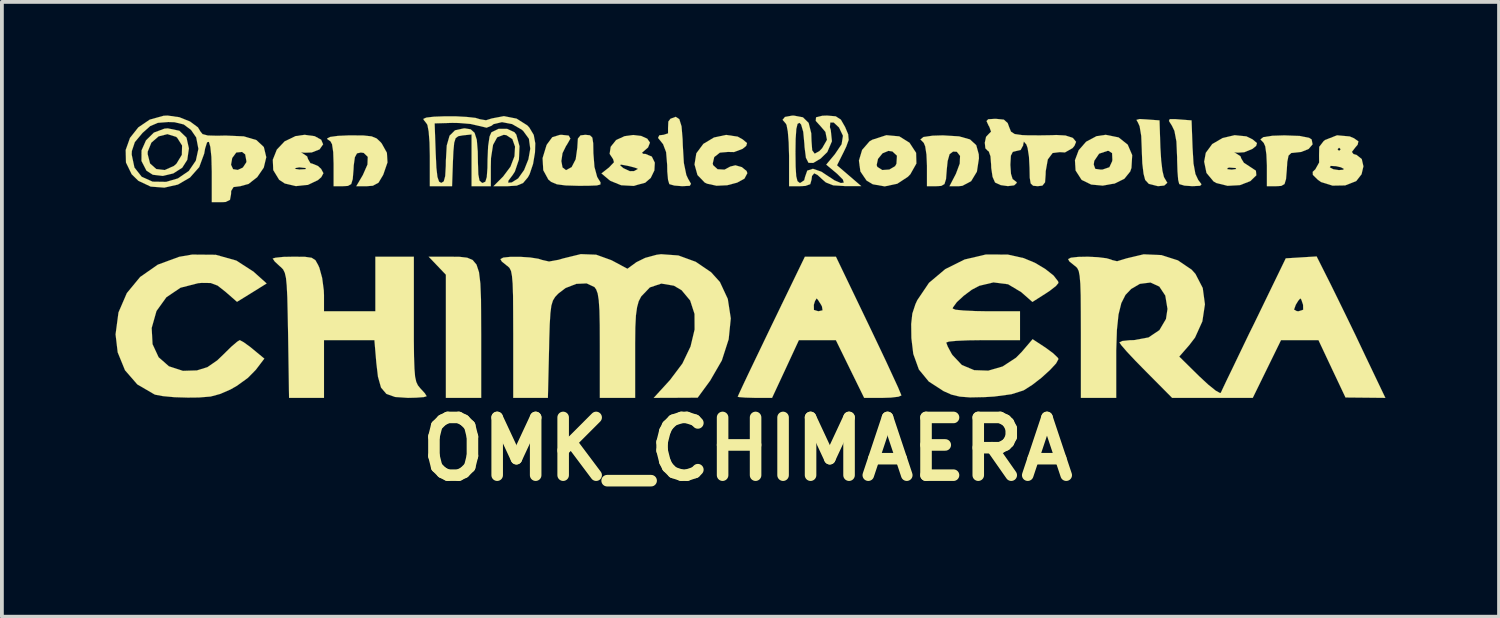
<source format=kicad_pcb>
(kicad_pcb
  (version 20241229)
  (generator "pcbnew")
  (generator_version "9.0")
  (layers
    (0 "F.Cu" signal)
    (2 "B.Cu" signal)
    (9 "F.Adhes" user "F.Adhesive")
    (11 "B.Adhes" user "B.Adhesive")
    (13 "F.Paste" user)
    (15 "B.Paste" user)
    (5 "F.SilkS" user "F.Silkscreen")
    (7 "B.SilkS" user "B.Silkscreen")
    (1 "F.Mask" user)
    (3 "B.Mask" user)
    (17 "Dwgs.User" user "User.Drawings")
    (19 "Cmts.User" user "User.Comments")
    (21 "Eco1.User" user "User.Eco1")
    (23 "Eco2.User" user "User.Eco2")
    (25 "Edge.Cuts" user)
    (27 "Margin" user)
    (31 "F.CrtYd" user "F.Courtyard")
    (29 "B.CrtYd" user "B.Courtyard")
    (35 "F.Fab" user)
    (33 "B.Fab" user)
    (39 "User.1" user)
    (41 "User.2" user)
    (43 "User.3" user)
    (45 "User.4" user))
  (footprint "OMK_CHIMAERA"
    (layer "F.Cu")
    (at 16.679 3.811)
    (property "Reference" "OMK_CHIMAERA" (at 0 4.994 0) (layer "F.SilkS") (effects (font (size 1.524 1.524) (thickness 0.305))))
    (attr through_hole)
    (fp_poly (pts (xy -7.026 3.642) (xy -7.493 3.642) (xy -7.958 3.642) (xy -7.958 2.017) (xy -7.958 0.391) (xy -8.186 0.152) (xy -8.412 -0.084) (xy -7.851 -0.084) (xy -7.595 -0.081) (xy -7.396 -0.058) (xy -7.252 0.003) (xy -7.15 0.124) (xy -7.084 0.325) (xy -7.048 0.622) (xy -7.031 1.041) (xy -7.028 1.598) (xy -7.026 1.966) (xy -7.026 3.642)) (stroke (width 0.003) (type solid)) (fill yes) (layer "F.SilkS"))
    (fp_poly (pts (xy 11.087 -2.035) (xy 11.006 -1.963) (xy 10.841 -1.946) (xy 10.599 -2.007) (xy 10.503 -2.111) (xy 10.46 -2.273) (xy 10.427 -2.548) (xy 10.414 -2.878) (xy 10.414 -2.898) (xy 10.399 -3.272) (xy 10.356 -3.528) (xy 10.31 -3.63) (xy 10.272 -3.696) (xy 10.356 -3.719) (xy 10.541 -3.708) (xy 10.881 -3.683) (xy 10.904 -2.964) (xy 10.925 -2.626) (xy 10.958 -2.352) (xy 10.998 -2.187) (xy 11.011 -2.164) (xy 11.087 -2.035)) (stroke (width 0.003) (type solid)) (fill yes) (layer "F.SilkS"))
    (fp_poly (pts (xy 11.989 -1.996) (xy 11.953 -1.956) (xy 11.775 -1.948) (xy 11.755 -1.946) (xy 11.539 -1.961) (xy 11.41 -1.999) (xy 11.402 -2.004) (xy 11.374 -2.111) (xy 11.356 -2.339) (xy 11.346 -2.647) (xy 11.346 -2.705) (xy 11.328 -3.124) (xy 11.275 -3.406) (xy 11.209 -3.543) (xy 11.13 -3.668) (xy 11.151 -3.716) (xy 11.3 -3.716) (xy 11.4 -3.708) (xy 11.727 -3.683) (xy 11.753 -2.967) (xy 11.778 -2.545) (xy 11.829 -2.268) (xy 11.905 -2.106) (xy 11.913 -2.098) (xy 11.989 -1.996)) (stroke (width 0.003) (type solid)) (fill yes) (layer "F.SilkS"))
    (fp_poly (pts (xy 14.922 -3.051) (xy 14.818 -2.929) (xy 14.623 -2.85) (xy 14.486 -2.835) (xy 14.359 -2.822) (xy 14.287 -2.753) (xy 14.254 -2.588) (xy 14.242 -2.39) (xy 14.221 -2.134) (xy 14.181 -2.002) (xy 14.094 -1.953) (xy 13.965 -1.946) (xy 13.716 -1.946) (xy 13.716 -2.492) (xy 13.703 -2.781) (xy 13.673 -2.997) (xy 13.632 -3.089) (xy 13.546 -3.18) (xy 13.622 -3.241) (xy 13.863 -3.277) (xy 14.176 -3.287) (xy 14.582 -3.272) (xy 14.829 -3.223) (xy 14.897 -3.18) (xy 14.922 -3.051)) (stroke (width 0.003) (type solid)) (fill yes) (layer "F.SilkS"))
    (fp_poly (pts (xy -1.488 -2.009) (xy -1.519 -1.956) (xy -1.689 -1.948) (xy -1.72 -1.946) (xy -1.928 -1.963) (xy -2.055 -1.999) (xy -2.06 -2.004) (xy -2.093 -2.113) (xy -2.113 -2.334) (xy -2.116 -2.504) (xy -2.144 -2.845) (xy -2.225 -3.058) (xy -2.243 -3.078) (xy -2.357 -3.221) (xy -2.324 -3.289) (xy -2.21 -3.302) (xy -2.093 -3.34) (xy -2.093 -3.48) (xy -2.085 -3.653) (xy -2.029 -3.726) (xy -1.89 -3.777) (xy -1.796 -3.716) (xy -1.737 -3.526) (xy -1.709 -3.188) (xy -1.704 -3.028) (xy -1.676 -2.558) (xy -1.61 -2.24) (xy -1.565 -2.144) (xy -1.488 -2.009)) (stroke (width 0.003) (type solid)) (fill yes) (layer "F.SilkS"))
    (fp_poly (pts (xy 0 -2.289) (xy -0.076 -2.146) (xy -0.269 -2.04) (xy -0.531 -1.971) (xy -0.813 -1.958) (xy -1.062 -2.012) (xy -1.125 -2.042) (xy -1.316 -2.24) (xy -1.394 -2.52) (xy -1.346 -2.814) (xy -1.161 -3.063) (xy -0.881 -3.231) (xy -0.561 -3.299) (xy -0.254 -3.254) (xy -0.122 -3.18) (xy -0.008 -3.084) (xy -0.03 -3.01) (xy -0.127 -2.931) (xy -0.351 -2.847) (xy -0.513 -2.85) (xy -0.724 -2.832) (xy -0.874 -2.715) (xy -0.914 -2.543) (xy -0.902 -2.499) (xy -0.785 -2.393) (xy -0.602 -2.383) (xy -0.45 -2.464) (xy -0.315 -2.497) (xy -0.145 -2.449) (xy -0.02 -2.347) (xy 0 -2.289)) (stroke (width 0.003) (type solid)) (fill yes) (layer "F.SilkS"))
    (fp_poly (pts (xy 4.463 -2.545) (xy 4.303 -2.261) (xy 4.239 -2.195) (xy 3.955 -2.009) (xy 3.95 -2.009) (xy 3.95 -2.751) (xy 3.83 -2.863) (xy 3.724 -2.878) (xy 3.569 -2.814) (xy 3.449 -2.667) (xy 3.414 -2.504) (xy 3.432 -2.454) (xy 3.564 -2.372) (xy 3.749 -2.385) (xy 3.901 -2.474) (xy 3.937 -2.54) (xy 3.95 -2.751) (xy 3.95 -2.009) (xy 3.627 -1.941) (xy 3.312 -1.996) (xy 3.147 -2.095) (xy 2.985 -2.334) (xy 2.946 -2.621) (xy 3.03 -2.903) (xy 3.226 -3.129) (xy 3.299 -3.172) (xy 3.67 -3.292) (xy 4.011 -3.261) (xy 4.28 -3.094) (xy 4.455 -2.827) (xy 4.463 -2.545)) (stroke (width 0.003) (type solid)) (fill yes) (layer "F.SilkS"))
    (fp_poly (pts (xy 6.114 -2.682) (xy 6.06 -2.329) (xy 5.908 -2.078) (xy 5.677 -1.956) (xy 5.588 -1.946) (xy 5.337 -1.946) (xy 5.507 -2.273) (xy 5.608 -2.543) (xy 5.616 -2.746) (xy 5.53 -2.855) (xy 5.431 -2.86) (xy 5.339 -2.791) (xy 5.288 -2.611) (xy 5.265 -2.39) (xy 5.245 -2.134) (xy 5.204 -2.002) (xy 5.118 -1.953) (xy 4.991 -1.946) (xy 4.742 -1.946) (xy 4.742 -2.492) (xy 4.729 -2.781) (xy 4.696 -2.997) (xy 4.658 -3.089) (xy 4.569 -3.18) (xy 4.648 -3.244) (xy 4.892 -3.279) (xy 5.164 -3.287) (xy 5.591 -3.261) (xy 5.878 -3.18) (xy 6.043 -3.028) (xy 6.109 -2.789) (xy 6.114 -2.682)) (stroke (width 0.003) (type solid)) (fill yes) (layer "F.SilkS"))
    (fp_poly (pts (xy -14.742 -2.944) (xy -14.785 -2.642) (xy -14.92 -2.431) (xy -14.922 -2.431) (xy -14.922 -3.02) (xy -15.05 -3.223) (xy -15.08 -3.249) (xy -15.309 -3.32) (xy -15.542 -3.261) (xy -15.733 -3.096) (xy -15.829 -2.86) (xy -15.832 -2.797) (xy -15.768 -2.545) (xy -15.603 -2.398) (xy -15.38 -2.372) (xy -15.141 -2.479) (xy -15.07 -2.54) (xy -14.928 -2.774) (xy -14.922 -3.02) (xy -14.922 -2.431) (xy -15.154 -2.283) (xy -15.431 -2.217) (xy -15.695 -2.248) (xy -15.862 -2.355) (xy -15.994 -2.611) (xy -15.992 -2.891) (xy -15.875 -3.155) (xy -15.667 -3.36) (xy -15.387 -3.465) (xy -15.298 -3.472) (xy -14.994 -3.409) (xy -14.806 -3.228) (xy -14.742 -2.944)) (stroke (width 0.003) (type solid)) (fill yes) (layer "F.SilkS"))
    (fp_poly (pts (xy 10.16 -2.766) (xy 10.14 -2.428) (xy 10.107 -2.332) (xy 9.952 -2.141) (xy 9.693 -2.014) (xy 9.637 -2.007) (xy 9.637 -2.644) (xy 9.629 -2.819) (xy 9.538 -2.878) (xy 9.505 -2.878) (xy 9.286 -2.804) (xy 9.159 -2.616) (xy 9.144 -2.517) (xy 9.185 -2.403) (xy 9.329 -2.383) (xy 9.378 -2.385) (xy 9.558 -2.446) (xy 9.632 -2.606) (xy 9.637 -2.644) (xy 9.637 -2.007) (xy 9.383 -1.961) (xy 9.078 -1.989) (xy 8.834 -2.108) (xy 8.821 -2.118) (xy 8.666 -2.36) (xy 8.649 -2.631) (xy 8.748 -2.896) (xy 8.943 -3.119) (xy 9.218 -3.266) (xy 9.461 -3.302) (xy 9.802 -3.233) (xy 10.041 -3.043) (xy 10.16 -2.766)) (stroke (width 0.003) (type solid)) (fill yes) (layer "F.SilkS"))
    (fp_poly (pts (xy 13.454 -3.084) (xy 13.432 -3.01) (xy 13.335 -2.931) (xy 13.117 -2.842) (xy 12.954 -2.832) (xy 12.847 -2.837) (xy 12.89 -2.819) (xy 13.018 -2.736) (xy 13.04 -2.675) (xy 13.109 -2.563) (xy 13.251 -2.471) (xy 13.426 -2.355) (xy 13.437 -2.233) (xy 13.282 -2.083) (xy 13.274 -2.078) (xy 13.005 -1.974) (xy 12.906 -1.968) (xy 12.906 -2.398) (xy 12.89 -2.426) (xy 12.718 -2.438) (xy 12.68 -2.426) (xy 12.67 -2.395) (xy 12.786 -2.383) (xy 12.906 -2.398) (xy 12.906 -1.968) (xy 12.677 -1.956) (xy 12.383 -2.029) (xy 12.306 -2.073) (xy 12.121 -2.296) (xy 12.06 -2.593) (xy 12.103 -2.827) (xy 12.273 -3.058) (xy 12.548 -3.218) (xy 12.865 -3.292) (xy 13.175 -3.261) (xy 13.34 -3.18) (xy 13.454 -3.084)) (stroke (width 0.003) (type solid)) (fill yes) (layer "F.SilkS"))
    (fp_poly (pts (xy -9.5 -2.573) (xy -9.609 -2.256) (xy -9.619 -2.235) (xy -9.738 -2.037) (xy -9.886 -1.958) (xy -10.041 -1.946) (xy -10.323 -1.946) (xy -10.15 -2.24) (xy -10.028 -2.517) (xy -10.02 -2.72) (xy -10.127 -2.824) (xy -10.203 -2.835) (xy -10.305 -2.812) (xy -10.361 -2.71) (xy -10.391 -2.494) (xy -10.396 -2.39) (xy -10.417 -2.134) (xy -10.457 -2.002) (xy -10.544 -1.953) (xy -10.673 -1.946) (xy -10.922 -1.946) (xy -10.922 -2.54) (xy -10.932 -2.845) (xy -10.963 -3.053) (xy -11.006 -3.132) (xy -11.09 -3.19) (xy -11.09 -3.208) (xy -11.013 -3.246) (xy -10.808 -3.274) (xy -10.516 -3.287) (xy -10.457 -3.287) (xy -10.127 -3.284) (xy -9.919 -3.261) (xy -9.784 -3.205) (xy -9.682 -3.109) (xy -9.652 -3.073) (xy -9.515 -2.827) (xy -9.5 -2.573)) (stroke (width 0.003) (type solid)) (fill yes) (layer "F.SilkS"))
    (fp_poly (pts (xy -3.876 -2.047) (xy -3.879 -1.991) (xy -3.973 -1.966) (xy -4.186 -1.958) (xy -4.448 -1.956) (xy -4.801 -1.966) (xy -5.029 -1.996) (xy -5.179 -2.06) (xy -5.253 -2.121) (xy -5.387 -2.367) (xy -5.405 -2.687) (xy -5.301 -3.028) (xy -5.288 -3.051) (xy -5.149 -3.239) (xy -4.953 -3.299) (xy -4.907 -3.302) (xy -4.717 -3.282) (xy -4.671 -3.203) (xy -4.765 -3.038) (xy -4.785 -3.01) (xy -4.879 -2.819) (xy -4.91 -2.609) (xy -4.879 -2.441) (xy -4.788 -2.37) (xy -4.785 -2.37) (xy -4.638 -2.449) (xy -4.531 -2.657) (xy -4.488 -2.962) (xy -4.486 -3) (xy -4.473 -3.203) (xy -4.404 -3.287) (xy -4.275 -3.302) (xy -4.155 -3.289) (xy -4.092 -3.228) (xy -4.069 -3.078) (xy -4.064 -2.812) (xy -4.036 -2.454) (xy -3.965 -2.192) (xy -3.934 -2.139) (xy -3.876 -2.047)) (stroke (width 0.003) (type solid)) (fill yes) (layer "F.SilkS"))
    (fp_poly (pts (xy -11.191 -2.289) (xy -11.247 -2.184) (xy -11.336 -2.106) (xy -11.603 -1.979) (xy -11.654 -1.976) (xy -11.654 -2.423) (xy -11.661 -2.426) (xy -11.829 -2.443) (xy -11.915 -2.428) (xy -11.948 -2.403) (xy -11.836 -2.388) (xy -11.811 -2.388) (xy -11.666 -2.395) (xy -11.654 -2.423) (xy -11.654 -1.976) (xy -11.918 -1.948) (xy -12.21 -2.017) (xy -12.36 -2.116) (xy -12.515 -2.37) (xy -12.527 -2.644) (xy -12.421 -2.911) (xy -12.215 -3.129) (xy -11.925 -3.269) (xy -11.687 -3.302) (xy -11.422 -3.266) (xy -11.25 -3.172) (xy -11.199 -3.051) (xy -11.293 -2.918) (xy -11.295 -2.916) (xy -11.499 -2.837) (xy -11.674 -2.83) (xy -11.786 -2.837) (xy -11.75 -2.819) (xy -11.748 -2.819) (xy -11.62 -2.731) (xy -11.598 -2.662) (xy -11.534 -2.553) (xy -11.483 -2.54) (xy -11.336 -2.479) (xy -11.252 -2.403) (xy -11.191 -2.289)) (stroke (width 0.003) (type solid)) (fill yes) (layer "F.SilkS"))
    (fp_poly (pts (xy -2.443 -2.568) (xy -2.454 -2.362) (xy -2.55 -2.164) (xy -2.697 -2.037) (xy -2.896 -1.984) (xy -2.896 -2.41) (xy -2.987 -2.441) (xy -3.172 -2.487) (xy -3.175 -2.487) (xy -3.34 -2.517) (xy -3.358 -2.494) (xy -3.272 -2.421) (xy -3.101 -2.342) (xy -2.992 -2.344) (xy -2.898 -2.395) (xy -2.896 -2.41) (xy -2.896 -1.984) (xy -2.997 -1.953) (xy -3.33 -1.971) (xy -3.612 -2.085) (xy -3.653 -2.116) (xy -3.851 -2.283) (xy -3.65 -2.441) (xy -3.52 -2.578) (xy -3.543 -2.659) (xy -3.635 -2.799) (xy -3.607 -2.985) (xy -3.47 -3.157) (xy -3.452 -3.17) (xy -3.241 -3.266) (xy -3.012 -3.297) (xy -2.802 -3.272) (xy -2.642 -3.2) (xy -2.57 -3.096) (xy -2.621 -2.969) (xy -2.675 -2.921) (xy -2.781 -2.83) (xy -2.751 -2.799) (xy -2.69 -2.797) (xy -2.522 -2.728) (xy -2.443 -2.568)) (stroke (width 0.003) (type solid)) (fill yes) (layer "F.SilkS"))
    (fp_poly (pts (xy 4.067 3.579) (xy 3.988 3.612) (xy 3.79 3.635) (xy 3.574 3.642) (xy 3.084 3.642) (xy 2.71 2.88) (xy 2.337 2.118) (xy 1.986 2.118) (xy 1.986 1.331) (xy 1.971 1.232) (xy 1.948 1.186) (xy 1.864 1.054) (xy 1.829 1.016) (xy 1.786 1.087) (xy 1.755 1.186) (xy 1.758 1.321) (xy 1.875 1.356) (xy 1.986 1.331) (xy 1.986 2.118) (xy 1.849 2.118) (xy 1.361 2.118) (xy 1.008 2.88) (xy 0.653 3.642) (xy 0.201 3.642) (xy -0.051 3.635) (xy -0.216 3.622) (xy -0.254 3.612) (xy -0.218 3.531) (xy -0.119 3.317) (xy 0.033 2.995) (xy 0.231 2.583) (xy 0.46 2.106) (xy 0.632 1.748) (xy 1.519 -0.084) (xy 1.93 -0.084) (xy 2.339 -0.084) (xy 3.203 1.714) (xy 3.447 2.225) (xy 3.665 2.685) (xy 3.843 3.071) (xy 3.978 3.363) (xy 4.051 3.538) (xy 4.067 3.579)) (stroke (width 0.003) (type solid)) (fill yes) (layer "F.SilkS"))
    (fp_poly (pts (xy 16.264 -2.471) (xy 16.215 -2.261) (xy 16.078 -2.085) (xy 16.068 -2.078) (xy 15.781 -1.966) (xy 15.748 -1.966) (xy 15.748 -2.403) (xy 15.677 -2.441) (xy 15.664 -2.446) (xy 15.664 -2.921) (xy 15.621 -2.962) (xy 15.58 -2.921) (xy 15.621 -2.878) (xy 15.664 -2.921) (xy 15.664 -2.446) (xy 15.54 -2.474) (xy 15.4 -2.482) (xy 15.375 -2.443) (xy 15.469 -2.393) (xy 15.616 -2.37) (xy 15.73 -2.38) (xy 15.748 -2.403) (xy 15.748 -1.966) (xy 15.448 -1.961) (xy 15.146 -2.055) (xy 15.06 -2.116) (xy 14.93 -2.243) (xy 14.925 -2.324) (xy 14.996 -2.393) (xy 15.095 -2.57) (xy 15.093 -2.764) (xy 15.098 -2.985) (xy 15.215 -3.137) (xy 15.25 -3.165) (xy 15.568 -3.289) (xy 15.903 -3.259) (xy 16.015 -3.211) (xy 16.132 -3.129) (xy 16.111 -3.04) (xy 16.048 -2.967) (xy 15.959 -2.85) (xy 16.002 -2.794) (xy 16.083 -2.771) (xy 16.22 -2.662) (xy 16.264 -2.471)) (stroke (width 0.003) (type solid)) (fill yes) (layer "F.SilkS"))
    (fp_poly (pts (xy -12.69 0.622) (xy -13.081 0.866) (xy -13.472 1.107) (xy -13.777 0.841) (xy -13.985 0.678) (xy -14.166 0.61) (xy -14.402 0.607) (xy -14.498 0.615) (xy -14.963 0.734) (xy -15.337 0.986) (xy -15.598 1.349) (xy -15.725 1.798) (xy -15.702 2.225) (xy -15.542 2.57) (xy -15.27 2.809) (xy -14.9 2.929) (xy -14.531 2.918) (xy -14.254 2.832) (xy -13.993 2.652) (xy -13.823 2.489) (xy -13.625 2.294) (xy -13.467 2.159) (xy -13.399 2.118) (xy -13.299 2.172) (xy -13.127 2.296) (xy -13.043 2.365) (xy -12.751 2.606) (xy -12.977 2.903) (xy -13.185 3.114) (xy -13.472 3.322) (xy -13.645 3.421) (xy -13.914 3.538) (xy -14.168 3.607) (xy -14.475 3.632) (xy -14.77 3.635) (xy -15.118 3.625) (xy -15.425 3.597) (xy -15.629 3.559) (xy -15.651 3.551) (xy -16.104 3.287) (xy -16.429 2.913) (xy -16.622 2.441) (xy -16.678 1.966) (xy -16.601 1.387) (xy -16.38 0.876) (xy -16.03 0.452) (xy -15.565 0.127) (xy -15.001 -0.081) (xy -14.658 -0.14) (xy -14.034 -0.135) (xy -13.49 0.018) (xy -13.03 0.315) (xy -13.018 0.328) (xy -12.69 0.622)) (stroke (width 0.003) (type solid)) (fill yes) (layer "F.SilkS"))
    (fp_poly (pts (xy -8.466 3.599) (xy -8.542 3.622) (xy -8.743 3.637) (xy -8.961 3.642) (xy -9.299 3.619) (xy -9.528 3.538) (xy -9.67 3.371) (xy -9.751 3.084) (xy -9.794 2.72) (xy -9.845 2.118) (xy -10.511 2.118) (xy -11.176 2.118) (xy -11.176 2.88) (xy -11.176 3.642) (xy -11.636 3.642) (xy -12.098 3.642) (xy -12.123 1.981) (xy -12.134 1.412) (xy -12.144 0.988) (xy -12.159 0.683) (xy -12.179 0.478) (xy -12.21 0.343) (xy -12.253 0.254) (xy -12.311 0.193) (xy -12.339 0.17) (xy -12.476 0.043) (xy -12.53 -0.036) (xy -12.454 -0.058) (xy -12.25 -0.079) (xy -11.976 -0.084) (xy -11.676 -0.081) (xy -11.501 -0.056) (xy -11.402 0.008) (xy -11.331 0.135) (xy -11.298 0.208) (xy -11.224 0.478) (xy -11.181 0.805) (xy -11.176 0.93) (xy -11.176 1.356) (xy -10.498 1.356) (xy -9.82 1.356) (xy -9.82 0.635) (xy -9.82 -0.084) (xy -9.312 -0.084) (xy -8.804 -0.084) (xy -8.804 1.567) (xy -8.804 2.139) (xy -8.799 2.565) (xy -8.788 2.87) (xy -8.771 3.081) (xy -8.74 3.221) (xy -8.697 3.312) (xy -8.641 3.381) (xy -8.636 3.388) (xy -8.512 3.523) (xy -8.466 3.599)) (stroke (width 0.003) (type solid)) (fill yes) (layer "F.SilkS"))
    (fp_poly (pts (xy 8.679 -3.117) (xy 8.636 -3.012) (xy 8.585 -2.951) (xy 8.385 -2.837) (xy 8.25 -2.845) (xy 8.059 -2.822) (xy 7.932 -2.652) (xy 7.877 -2.342) (xy 7.874 -2.248) (xy 7.859 -2.047) (xy 7.79 -1.961) (xy 7.663 -1.946) (xy 7.544 -1.958) (xy 7.48 -2.019) (xy 7.455 -2.172) (xy 7.45 -2.433) (xy 7.435 -2.723) (xy 7.399 -2.954) (xy 7.366 -3.048) (xy 7.3 -3.124) (xy 7.282 -3.045) (xy 7.282 -3.025) (xy 7.214 -2.901) (xy 7.112 -2.878) (xy 7.008 -2.852) (xy 6.957 -2.751) (xy 6.944 -2.525) (xy 6.944 -2.497) (xy 6.96 -2.271) (xy 7.003 -2.134) (xy 7.028 -2.116) (xy 7.109 -2.052) (xy 7.112 -2.032) (xy 7.043 -1.968) (xy 6.878 -1.948) (xy 6.69 -1.974) (xy 6.546 -2.04) (xy 6.538 -2.047) (xy 6.474 -2.192) (xy 6.439 -2.428) (xy 6.436 -2.515) (xy 6.419 -2.736) (xy 6.373 -2.865) (xy 6.35 -2.878) (xy 6.284 -2.946) (xy 6.269 -3.094) (xy 6.302 -3.249) (xy 6.373 -3.325) (xy 6.434 -3.386) (xy 6.388 -3.515) (xy 6.37 -3.543) (xy 6.314 -3.665) (xy 6.358 -3.713) (xy 6.538 -3.724) (xy 6.561 -3.724) (xy 6.772 -3.703) (xy 6.873 -3.612) (xy 6.909 -3.513) (xy 6.96 -3.386) (xy 7.059 -3.322) (xy 7.259 -3.294) (xy 7.396 -3.289) (xy 7.727 -3.287) (xy 8.049 -3.292) (xy 8.153 -3.297) (xy 8.397 -3.284) (xy 8.58 -3.226) (xy 8.6 -3.213) (xy 8.679 -3.117)) (stroke (width 0.003) (type solid)) (fill yes) (layer "F.SilkS"))
    (fp_poly (pts (xy 8.214 2.616) (xy 8.151 2.733) (xy 7.988 2.908) (xy 7.767 3.109) (xy 7.529 3.294) (xy 7.31 3.434) (xy 7.285 3.447) (xy 6.972 3.546) (xy 6.52 3.607) (xy 6.266 3.622) (xy 5.88 3.63) (xy 5.606 3.609) (xy 5.387 3.556) (xy 5.182 3.465) (xy 4.79 3.211) (xy 4.529 2.893) (xy 4.381 2.482) (xy 4.331 2.065) (xy 4.326 1.692) (xy 4.356 1.417) (xy 4.437 1.171) (xy 4.486 1.064) (xy 4.796 0.605) (xy 5.225 0.244) (xy 5.735 -0.01) (xy 6.297 -0.142) (xy 6.878 -0.14) (xy 7.297 -0.046) (xy 7.59 0.076) (xy 7.864 0.239) (xy 8.082 0.411) (xy 8.202 0.564) (xy 8.214 0.607) (xy 8.148 0.688) (xy 7.981 0.818) (xy 7.869 0.892) (xy 7.526 1.11) (xy 7.231 0.851) (xy 6.883 0.643) (xy 6.497 0.594) (xy 6.124 0.683) (xy 5.926 0.787) (xy 5.712 0.947) (xy 5.53 1.115) (xy 5.428 1.255) (xy 5.42 1.285) (xy 5.499 1.316) (xy 5.71 1.336) (xy 6.022 1.351) (xy 6.309 1.356) (xy 7.198 1.356) (xy 7.198 1.737) (xy 7.198 2.118) (xy 6.223 2.118) (xy 5.839 2.123) (xy 5.527 2.136) (xy 5.321 2.156) (xy 5.25 2.182) (xy 5.291 2.289) (xy 5.39 2.474) (xy 5.413 2.51) (xy 5.662 2.774) (xy 5.989 2.911) (xy 6.36 2.924) (xy 6.739 2.814) (xy 7.092 2.583) (xy 7.242 2.431) (xy 7.531 2.093) (xy 7.871 2.316) (xy 8.072 2.464) (xy 8.194 2.581) (xy 8.214 2.616)) (stroke (width 0.003) (type solid)) (fill yes) (layer "F.SilkS"))
    (fp_poly (pts (xy -12.7 -2.71) (xy -12.766 -2.436) (xy -12.939 -2.184) (xy -13.17 -2.004) (xy -13.223 -1.991) (xy -13.223 -2.603) (xy -13.256 -2.786) (xy -13.338 -2.85) (xy -13.492 -2.835) (xy -13.599 -2.69) (xy -13.63 -2.512) (xy -13.576 -2.395) (xy -13.452 -2.375) (xy -13.317 -2.438) (xy -13.228 -2.573) (xy -13.223 -2.603) (xy -13.223 -1.991) (xy -13.383 -1.946) (xy -13.564 -1.923) (xy -13.627 -1.819) (xy -13.63 -1.735) (xy -13.658 -1.585) (xy -13.774 -1.529) (xy -13.884 -1.524) (xy -14.138 -1.524) (xy -14.138 -2.327) (xy -14.148 -2.718) (xy -14.176 -2.985) (xy -14.214 -3.117) (xy -14.262 -3.106) (xy -14.315 -2.939) (xy -14.338 -2.807) (xy -14.47 -2.449) (xy -14.491 -2.426) (xy -14.491 -2.931) (xy -14.549 -3.233) (xy -14.686 -3.432) (xy -14.879 -3.576) (xy -15.123 -3.635) (xy -15.286 -3.64) (xy -15.56 -3.619) (xy -15.763 -3.533) (xy -15.966 -3.353) (xy -16.17 -3.109) (xy -16.248 -2.875) (xy -16.253 -2.781) (xy -16.18 -2.438) (xy -15.989 -2.195) (xy -15.7 -2.065) (xy -15.342 -2.06) (xy -15.032 -2.151) (xy -14.745 -2.347) (xy -14.559 -2.619) (xy -14.491 -2.931) (xy -14.491 -2.426) (xy -14.714 -2.174) (xy -15.032 -1.989) (xy -15.39 -1.908) (xy -15.751 -1.935) (xy -16.076 -2.088) (xy -16.253 -2.261) (xy -16.403 -2.57) (xy -16.411 -2.901) (xy -16.297 -3.221) (xy -16.078 -3.498) (xy -15.776 -3.703) (xy -15.41 -3.805) (xy -15.303 -3.81) (xy -14.996 -3.767) (xy -14.712 -3.653) (xy -14.503 -3.498) (xy -14.437 -3.388) (xy -14.381 -3.32) (xy -14.244 -3.284) (xy -13.995 -3.277) (xy -13.772 -3.282) (xy -13.292 -3.261) (xy -12.959 -3.162) (xy -12.764 -2.979) (xy -12.7 -2.713) (xy -12.7 -2.71)) (stroke (width 0.003) (type solid)) (fill yes) (layer "F.SilkS"))
    (fp_poly (pts (xy -0.437 1.544) (xy -0.493 2.095) (xy -0.673 2.654) (xy -0.98 3.185) (xy -0.993 3.203) (xy -1.311 3.637) (xy -1.892 3.64) (xy -2.471 3.642) (xy -2.04 3.17) (xy -1.714 2.736) (xy -1.499 2.286) (xy -1.392 1.839) (xy -1.394 1.427) (xy -1.509 1.072) (xy -1.735 0.8) (xy -1.938 0.681) (xy -2.271 0.625) (xy -2.573 0.726) (xy -2.802 0.965) (xy -2.868 1.092) (xy -2.911 1.25) (xy -2.941 1.466) (xy -2.957 1.775) (xy -2.962 2.207) (xy -2.962 2.436) (xy -2.962 3.642) (xy -3.429 3.642) (xy -3.894 3.642) (xy -3.894 2.25) (xy -3.896 1.72) (xy -3.904 1.336) (xy -3.922 1.067) (xy -3.95 0.889) (xy -3.99 0.78) (xy -4.036 0.716) (xy -4.242 0.62) (xy -4.514 0.632) (xy -4.798 0.742) (xy -4.991 0.889) (xy -5.075 0.978) (xy -5.133 1.074) (xy -5.174 1.209) (xy -5.199 1.407) (xy -5.217 1.702) (xy -5.23 2.121) (xy -5.235 2.372) (xy -5.265 3.642) (xy -5.723 3.642) (xy -6.18 3.642) (xy -6.18 1.948) (xy -6.182 1.372) (xy -6.185 0.94) (xy -6.195 0.632) (xy -6.213 0.424) (xy -6.238 0.292) (xy -6.279 0.211) (xy -6.33 0.163) (xy -6.35 0.15) (xy -6.482 0.043) (xy -6.518 -0.02) (xy -6.444 -0.061) (xy -6.253 -0.081) (xy -5.999 -0.081) (xy -5.735 -0.064) (xy -5.517 -0.03) (xy -5.413 0.003) (xy -5.235 0.043) (xy -4.981 -0.003) (xy -4.864 -0.038) (xy -4.397 -0.152) (xy -3.99 -0.137) (xy -3.589 0.008) (xy -3.541 0.033) (xy -3.165 0.234) (xy -2.929 0.061) (xy -2.697 -0.053) (xy -2.395 -0.135) (xy -2.278 -0.15) (xy -1.821 -0.117) (xy -1.361 0.051) (xy -0.958 0.325) (xy -0.724 0.584) (xy -0.516 1.031) (xy -0.437 1.544)) (stroke (width 0.003) (type solid)) (fill yes) (layer "F.SilkS"))
    (fp_poly (pts (xy 3.007 -1.948) (xy 2.576 -1.948) (xy 2.548 -1.951) (xy 2.548 -2.04) (xy 2.522 -2.123) (xy 2.372 -2.273) (xy 2.083 -2.515) (xy 2.311 -2.789) (xy 2.489 -3.053) (xy 2.525 -3.277) (xy 2.423 -3.49) (xy 2.423 -3.493) (xy 2.281 -3.627) (xy 2.189 -3.627) (xy 2.179 -3.503) (xy 2.202 -3.429) (xy 2.233 -3.132) (xy 2.111 -2.847) (xy 1.935 -2.675) (xy 1.74 -2.56) (xy 1.615 -2.563) (xy 1.547 -2.695) (xy 1.511 -2.977) (xy 1.506 -3.063) (xy 1.476 -3.381) (xy 1.42 -3.574) (xy 1.377 -3.619) (xy 1.326 -3.592) (xy 1.293 -3.457) (xy 1.275 -3.19) (xy 1.27 -2.842) (xy 1.275 -2.459) (xy 1.29 -2.212) (xy 1.323 -2.08) (xy 1.377 -2.035) (xy 1.397 -2.032) (xy 1.501 -2.101) (xy 1.524 -2.192) (xy 1.582 -2.357) (xy 1.732 -2.405) (xy 1.953 -2.329) (xy 2.08 -2.245) (xy 2.304 -2.098) (xy 2.469 -2.029) (xy 2.548 -2.04) (xy 2.548 -1.951) (xy 2.268 -1.968) (xy 2.073 -2.045) (xy 1.991 -2.116) (xy 1.852 -2.243) (xy 1.765 -2.286) (xy 1.707 -2.215) (xy 1.694 -2.116) (xy 1.661 -1.999) (xy 1.532 -1.953) (xy 1.397 -1.946) (xy 1.102 -1.946) (xy 1.102 -2.746) (xy 1.092 -3.099) (xy 1.069 -3.386) (xy 1.036 -3.561) (xy 1.016 -3.599) (xy 0.93 -3.698) (xy 0.993 -3.774) (xy 1.189 -3.81) (xy 1.224 -3.81) (xy 1.468 -3.764) (xy 1.618 -3.617) (xy 1.687 -3.343) (xy 1.694 -3.137) (xy 1.712 -2.893) (xy 1.778 -2.804) (xy 1.9 -2.87) (xy 1.976 -2.949) (xy 2.103 -3.17) (xy 2.062 -3.378) (xy 1.948 -3.513) (xy 1.806 -3.67) (xy 1.814 -3.764) (xy 1.979 -3.805) (xy 2.108 -3.81) (xy 2.334 -3.79) (xy 2.469 -3.703) (xy 2.581 -3.508) (xy 2.662 -3.315) (xy 2.675 -3.167) (xy 2.611 -2.99) (xy 2.545 -2.852) (xy 2.367 -2.497) (xy 2.687 -2.223) (xy 3.007 -1.948)) (stroke (width 0.003) (type solid)) (fill yes) (layer "F.SilkS"))
    (fp_poly (pts (xy 16.843 3.642) (xy 16.317 3.637) (xy 15.791 3.632) (xy 15.433 2.875) (xy 15.077 2.118) (xy 14.674 2.118) (xy 14.674 1.316) (xy 14.671 1.186) (xy 14.625 1.049) (xy 14.597 1.016) (xy 14.541 1.082) (xy 14.478 1.186) (xy 14.432 1.313) (xy 14.508 1.354) (xy 14.552 1.356) (xy 14.674 1.316) (xy 14.674 2.118) (xy 14.585 2.118) (xy 14.089 2.118) (xy 13.716 2.88) (xy 13.343 3.642) (xy 12.278 3.642) (xy 11.214 3.642) (xy 10.518 2.941) (xy 10.244 2.662) (xy 10.02 2.423) (xy 9.873 2.253) (xy 9.822 2.179) (xy 9.898 2.141) (xy 10.089 2.121) (xy 10.208 2.118) (xy 10.592 2.047) (xy 10.879 1.854) (xy 11.052 1.56) (xy 11.092 1.295) (xy 11.034 0.942) (xy 10.876 0.704) (xy 10.643 0.597) (xy 10.363 0.632) (xy 10.132 0.767) (xy 9.982 0.925) (xy 9.873 1.14) (xy 9.799 1.44) (xy 9.756 1.852) (xy 9.738 2.395) (xy 9.738 2.603) (xy 9.738 3.642) (xy 9.271 3.642) (xy 8.806 3.642) (xy 8.806 1.948) (xy 8.804 1.372) (xy 8.801 0.94) (xy 8.791 0.632) (xy 8.773 0.424) (xy 8.748 0.292) (xy 8.707 0.211) (xy 8.656 0.163) (xy 8.636 0.15) (xy 8.504 0.043) (xy 8.468 -0.02) (xy 8.542 -0.058) (xy 8.735 -0.079) (xy 8.989 -0.084) (xy 9.256 -0.071) (xy 9.482 -0.043) (xy 9.614 -0.005) (xy 9.622 0.003) (xy 9.761 0.036) (xy 10.015 -0.041) (xy 10.462 -0.147) (xy 10.93 -0.127) (xy 11.367 0.013) (xy 11.73 0.259) (xy 11.831 0.373) (xy 12.022 0.742) (xy 12.08 1.173) (xy 12.012 1.623) (xy 11.819 2.05) (xy 11.666 2.25) (xy 11.402 2.553) (xy 11.933 3.076) (xy 12.172 3.297) (xy 12.365 3.452) (xy 12.479 3.515) (xy 12.499 3.508) (xy 12.545 3.409) (xy 12.654 3.178) (xy 12.817 2.842) (xy 13.018 2.423) (xy 13.249 1.943) (xy 13.376 1.687) (xy 14.214 -0.041) (xy 14.62 -0.066) (xy 15.029 -0.091) (xy 15.403 0.653) (xy 15.583 1.019) (xy 15.809 1.481) (xy 16.053 1.984) (xy 16.284 2.471) (xy 16.307 2.52) (xy 16.843 3.642)) (stroke (width 0.003) (type solid)) (fill yes) (layer "F.SilkS"))
    (fp_poly (pts (xy -5.598 -3.076) (xy -5.606 -2.835) (xy -5.657 -2.532) (xy -5.73 -2.316) (xy -5.73 -2.934) (xy -5.766 -3.198) (xy -5.916 -3.404) (xy -5.956 -3.439) (xy -6.21 -3.586) (xy -6.477 -3.637) (xy -6.701 -3.584) (xy -6.751 -3.543) (xy -6.883 -3.49) (xy -7.087 -3.538) (xy -7.308 -3.589) (xy -7.612 -3.614) (xy -7.788 -3.617) (xy -8.255 -3.604) (xy -8.227 -2.817) (xy -8.209 -2.433) (xy -8.181 -2.189) (xy -8.138 -2.065) (xy -8.08 -2.032) (xy -8.014 -2.073) (xy -7.976 -2.212) (xy -7.96 -2.482) (xy -7.958 -2.619) (xy -7.935 -3.02) (xy -7.861 -3.279) (xy -7.717 -3.421) (xy -7.493 -3.47) (xy -7.455 -3.472) (xy -7.303 -3.447) (xy -7.201 -3.355) (xy -7.142 -3.17) (xy -7.117 -2.863) (xy -7.112 -2.56) (xy -7.102 -2.258) (xy -7.071 -2.093) (xy -7.005 -2.035) (xy -6.985 -2.032) (xy -6.916 -2.065) (xy -6.878 -2.187) (xy -6.861 -2.428) (xy -6.858 -2.649) (xy -6.843 -3) (xy -6.805 -3.256) (xy -6.756 -3.368) (xy -6.568 -3.459) (xy -6.34 -3.459) (xy -6.149 -3.371) (xy -6.099 -3.307) (xy -6.015 -3.002) (xy -6.03 -2.649) (xy -6.137 -2.332) (xy -6.193 -2.245) (xy -6.307 -2.093) (xy -6.314 -2.037) (xy -6.22 -2.045) (xy -6.218 -2.045) (xy -6.05 -2.151) (xy -5.893 -2.372) (xy -5.779 -2.657) (xy -5.73 -2.934) (xy -5.73 -2.316) (xy -5.748 -2.263) (xy -5.794 -2.179) (xy -5.921 -2.029) (xy -6.086 -1.961) (xy -6.325 -1.946) (xy -6.701 -1.946) (xy -6.447 -2.2) (xy -6.253 -2.459) (xy -6.147 -2.736) (xy -6.132 -2.99) (xy -6.203 -3.19) (xy -6.363 -3.294) (xy -6.434 -3.302) (xy -6.604 -3.236) (xy -6.713 -3.038) (xy -6.767 -2.69) (xy -6.772 -2.461) (xy -6.772 -1.946) (xy -7.026 -1.946) (xy -7.28 -1.946) (xy -7.28 -2.629) (xy -7.28 -3.312) (xy -7.513 -3.287) (xy -7.63 -3.266) (xy -7.701 -3.213) (xy -7.739 -3.091) (xy -7.76 -2.863) (xy -7.772 -2.603) (xy -7.795 -1.946) (xy -8.09 -1.946) (xy -8.382 -1.946) (xy -8.382 -2.746) (xy -8.39 -3.099) (xy -8.412 -3.386) (xy -8.445 -3.561) (xy -8.466 -3.599) (xy -8.547 -3.701) (xy -8.55 -3.724) (xy -8.473 -3.757) (xy -8.275 -3.78) (xy -7.998 -3.79) (xy -7.694 -3.79) (xy -7.404 -3.774) (xy -7.176 -3.749) (xy -7.059 -3.713) (xy -6.899 -3.686) (xy -6.746 -3.734) (xy -6.426 -3.795) (xy -6.091 -3.729) (xy -5.809 -3.551) (xy -5.753 -3.49) (xy -5.639 -3.299) (xy -5.598 -3.076)) (stroke (width 0.003) (type solid)) (fill yes) (layer "F.SilkS")))
  (gr_rect
    (start -3 -3)
    (end 36.523 13.231)
    (stroke (width 0.1) (type default))
    (fill no)
    (layer "Edge.Cuts")))
</source>
